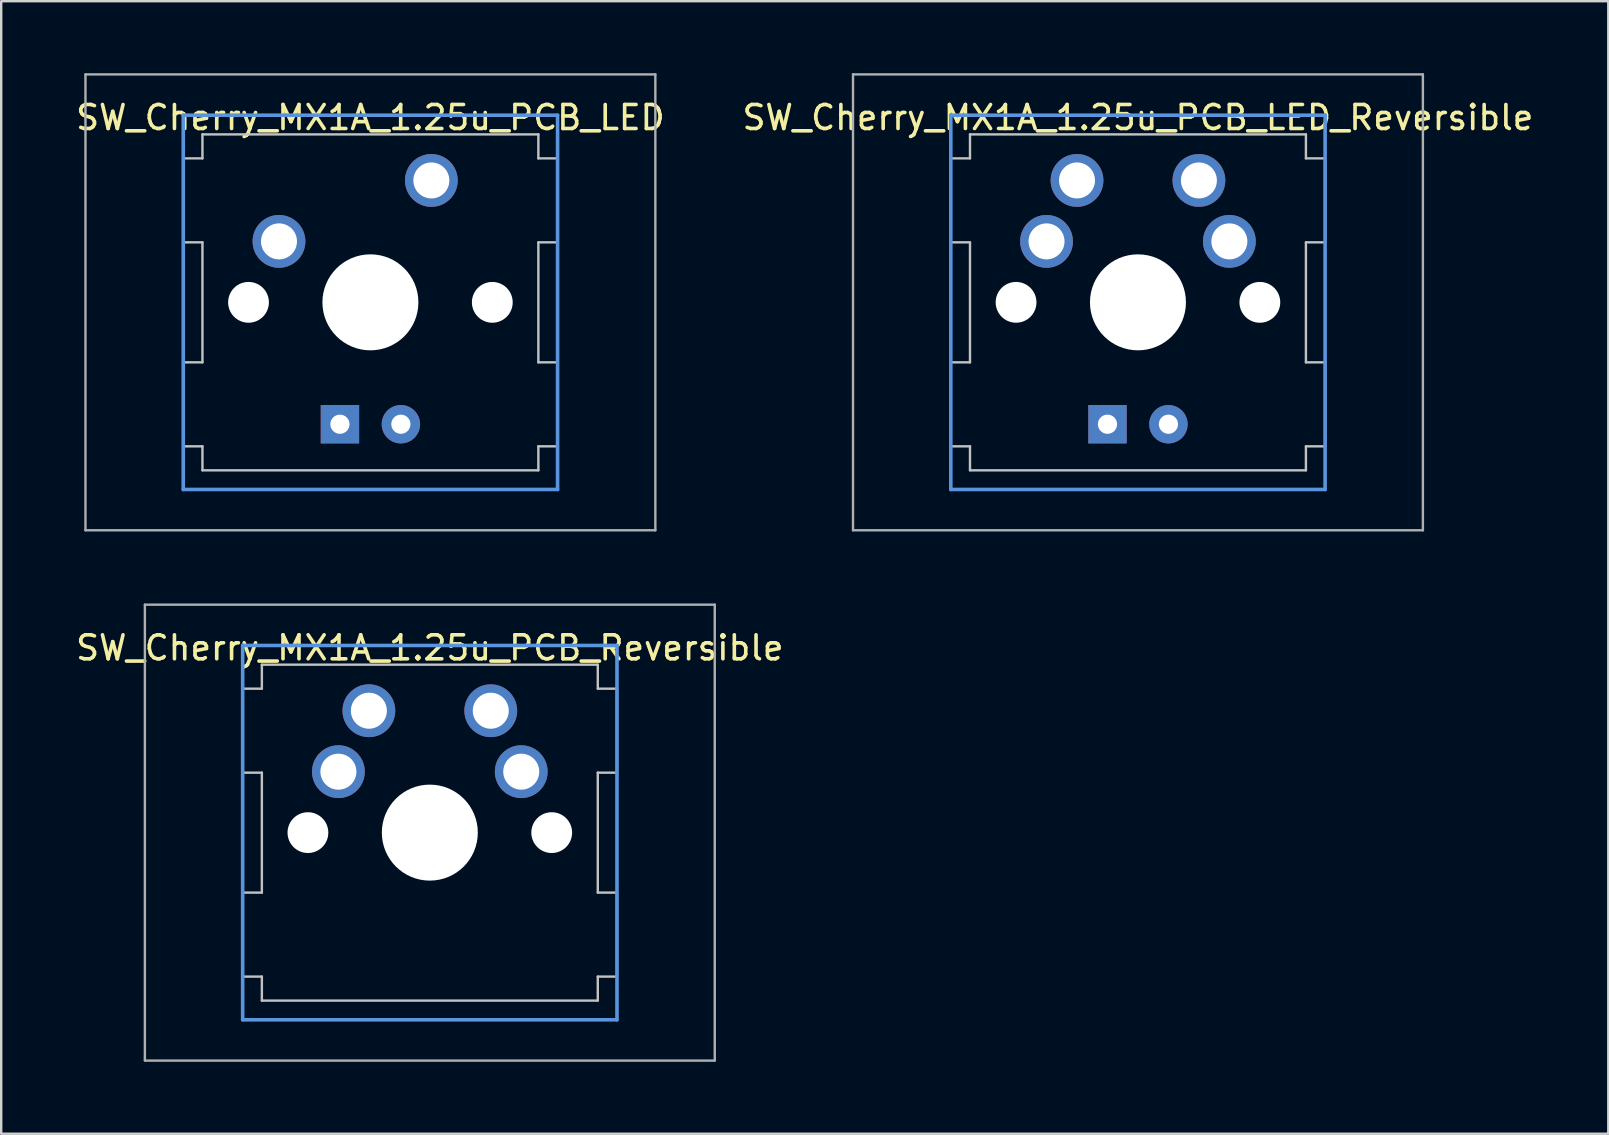
<source format=kicad_pcb>
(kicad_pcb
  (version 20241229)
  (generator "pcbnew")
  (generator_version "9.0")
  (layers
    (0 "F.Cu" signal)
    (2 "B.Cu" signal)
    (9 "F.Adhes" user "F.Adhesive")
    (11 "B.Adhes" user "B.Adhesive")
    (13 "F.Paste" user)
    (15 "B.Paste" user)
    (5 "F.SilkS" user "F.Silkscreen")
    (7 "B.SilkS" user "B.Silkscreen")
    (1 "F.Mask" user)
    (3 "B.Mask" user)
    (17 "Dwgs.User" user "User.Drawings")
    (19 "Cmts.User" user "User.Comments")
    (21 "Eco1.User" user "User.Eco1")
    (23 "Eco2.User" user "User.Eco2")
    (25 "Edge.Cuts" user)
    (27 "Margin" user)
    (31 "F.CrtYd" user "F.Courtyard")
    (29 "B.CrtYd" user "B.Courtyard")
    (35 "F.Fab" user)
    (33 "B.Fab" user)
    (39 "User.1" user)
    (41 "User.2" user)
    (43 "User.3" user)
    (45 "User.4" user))
  (footprint "SW_Cherry_MX1A_1.25u_PCB_LED_Reversible"
    (layer "F.Cu")
    (at 44.375 9.55)
    (property "Reference" "SW_Cherry_MX1A_1.25u_PCB_LED_Reversible" (at 0 -7.7 0) (layer "F.SilkS") (effects (font (size 1 1) (thickness 0.15))))
    (attr through_hole)
    (fp_line (start -7.8 -6) (end -7 -6) (stroke (width 0.1) (type solid)) (layer "Dwgs.User"))
    (fp_line (start -7.8 -2.5) (end -7.8 -6) (stroke (width 0.1) (type solid)) (layer "Dwgs.User"))
    (fp_line (start -7.8 -2.5) (end -7 -2.5) (stroke (width 0.1) (type solid)) (layer "Dwgs.User"))
    (fp_line (start -7.8 2.5) (end -7 2.5) (stroke (width 0.1) (type solid)) (layer "Dwgs.User"))
    (fp_line (start -7.8 6) (end -7.8 2.5) (stroke (width 0.1) (type solid)) (layer "Dwgs.User"))
    (fp_line (start -7.8 6) (end -7 6) (stroke (width 0.1) (type solid)) (layer "Dwgs.User"))
    (fp_line (start -7 -7) (end 7 -7) (stroke (width 0.1) (type solid)) (layer "Dwgs.User"))
    (fp_line (start -7 -6) (end -7 -7) (stroke (width 0.1) (type solid)) (layer "Dwgs.User"))
    (fp_line (start -7 -2.5) (end -7 2.5) (stroke (width 0.1) (type solid)) (layer "Dwgs.User"))
    (fp_line (start -7 7) (end -7 6) (stroke (width 0.1) (type solid)) (layer "Dwgs.User"))
    (fp_line (start -7 7) (end 7 7) (stroke (width 0.1) (type solid)) (layer "Dwgs.User"))
    (fp_line (start 7 -6) (end 7 -7) (stroke (width 0.1) (type solid)) (layer "Dwgs.User"))
    (fp_line (start 7 -6) (end 7.8 -6) (stroke (width 0.1) (type solid)) (layer "Dwgs.User"))
    (fp_line (start 7 -2.5) (end 7 2.5) (stroke (width 0.1) (type solid)) (layer "Dwgs.User"))
    (fp_line (start 7 -2.5) (end 7.8 -2.5) (stroke (width 0.1) (type solid)) (layer "Dwgs.User"))
    (fp_line (start 7 2.5) (end 7.8 2.5) (stroke (width 0.1) (type solid)) (layer "Dwgs.User"))
    (fp_line (start 7 6) (end 7.8 6) (stroke (width 0.1) (type solid)) (layer "Dwgs.User"))
    (fp_line (start 7 7) (end 7 6) (stroke (width 0.1) (type solid)) (layer "Dwgs.User"))
    (fp_line (start 7.8 -2.5) (end 7.8 -6) (stroke (width 0.1) (type solid)) (layer "Dwgs.User"))
    (fp_line (start 7.8 6) (end 7.8 2.5) (stroke (width 0.1) (type solid)) (layer "Dwgs.User"))
    (fp_line (start -7.8 -7.8) (end 7.8 -7.8) (stroke (width 0.15) (type solid)) (layer "Cmts.User"))
    (fp_line (start -7.8 7.8) (end -7.8 -7.8) (stroke (width 0.15) (type solid)) (layer "Cmts.User"))
    (fp_line (start 7.8 -7.8) (end 7.8 7.8) (stroke (width 0.15) (type solid)) (layer "Cmts.User"))
    (fp_line (start 7.8 7.8) (end -7.8 7.8) (stroke (width 0.15) (type solid)) (layer "Cmts.User"))
    (fp_line (start -11.875 -9.5) (end 11.875 -9.5) (stroke (width 0.1) (type solid)) (layer "F.Fab"))
    (fp_line (start -11.875 9.5) (end -11.875 -9.5) (stroke (width 0.1) (type solid)) (layer "F.Fab"))
    (fp_line (start 11.875 -9.5) (end 11.875 9.5) (stroke (width 0.1) (type solid)) (layer "F.Fab"))
    (fp_line (start 11.875 9.5) (end -11.875 9.5) (stroke (width 0.1) (type solid)) (layer "F.Fab"))
    (pad "" np_thru_hole circle (at -5.08 0) (size 1.7 1.7) (drill 1.7) (layers "*.Cu" "*.Mask"))
    (pad "" np_thru_hole circle (at 0 0) (size 4 4) (drill 4) (layers "*.Cu" "*.Mask"))
    (pad "" np_thru_hole circle (at 5.08 0) (size 1.7 1.7) (drill 1.7) (layers "*.Cu" "*.Mask"))
    (pad "1" thru_hole circle (at -3.81 -2.54) (size 2.2 2.2) (drill 1.5) (layers "*.Cu" "*.Mask"))
    (pad "1" thru_hole circle (at -2.54 -5.08) (size 2.2 2.2) (drill 1.5) (layers "*.Cu" "*.Mask"))
    (pad "2" thru_hole circle (at 2.54 -5.08) (size 2.2 2.2) (drill 1.5) (layers "*.Cu" "*.Mask"))
    (pad "2" thru_hole circle (at 3.81 -2.54) (size 2.2 2.2) (drill 1.5) (layers "*.Cu" "*.Mask"))
    (pad "3" thru_hole rect (at -1.27 5.08) (size 1.6 1.6) (drill 0.8) (layers "*.Cu" "*.Mask"))
    (pad "4" thru_hole circle (at 1.27 5.08) (size 1.6 1.6) (drill 0.8) (layers "*.Cu" "*.Mask")))
  (footprint "SW_Cherry_MX1A_1.25u_PCB_LED"
    (layer "F.Cu")
    (at 12.387 9.55)
    (property "Reference" "SW_Cherry_MX1A_1.25u_PCB_LED" (at 0 -7.7 0) (layer "F.SilkS") (effects (font (size 1 1) (thickness 0.15))))
    (attr through_hole)
    (fp_line (start -7.8 -6) (end -7 -6) (stroke (width 0.1) (type solid)) (layer "Dwgs.User"))
    (fp_line (start -7.8 -2.5) (end -7.8 -6) (stroke (width 0.1) (type solid)) (layer "Dwgs.User"))
    (fp_line (start -7.8 -2.5) (end -7 -2.5) (stroke (width 0.1) (type solid)) (layer "Dwgs.User"))
    (fp_line (start -7.8 2.5) (end -7 2.5) (stroke (width 0.1) (type solid)) (layer "Dwgs.User"))
    (fp_line (start -7.8 6) (end -7.8 2.5) (stroke (width 0.1) (type solid)) (layer "Dwgs.User"))
    (fp_line (start -7.8 6) (end -7 6) (stroke (width 0.1) (type solid)) (layer "Dwgs.User"))
    (fp_line (start -7 -7) (end 7 -7) (stroke (width 0.1) (type solid)) (layer "Dwgs.User"))
    (fp_line (start -7 -6) (end -7 -7) (stroke (width 0.1) (type solid)) (layer "Dwgs.User"))
    (fp_line (start -7 -2.5) (end -7 2.5) (stroke (width 0.1) (type solid)) (layer "Dwgs.User"))
    (fp_line (start -7 7) (end -7 6) (stroke (width 0.1) (type solid)) (layer "Dwgs.User"))
    (fp_line (start -7 7) (end 7 7) (stroke (width 0.1) (type solid)) (layer "Dwgs.User"))
    (fp_line (start 7 -6) (end 7 -7) (stroke (width 0.1) (type solid)) (layer "Dwgs.User"))
    (fp_line (start 7 -6) (end 7.8 -6) (stroke (width 0.1) (type solid)) (layer "Dwgs.User"))
    (fp_line (start 7 -2.5) (end 7 2.5) (stroke (width 0.1) (type solid)) (layer "Dwgs.User"))
    (fp_line (start 7 -2.5) (end 7.8 -2.5) (stroke (width 0.1) (type solid)) (layer "Dwgs.User"))
    (fp_line (start 7 2.5) (end 7.8 2.5) (stroke (width 0.1) (type solid)) (layer "Dwgs.User"))
    (fp_line (start 7 6) (end 7.8 6) (stroke (width 0.1) (type solid)) (layer "Dwgs.User"))
    (fp_line (start 7 7) (end 7 6) (stroke (width 0.1) (type solid)) (layer "Dwgs.User"))
    (fp_line (start 7.8 -2.5) (end 7.8 -6) (stroke (width 0.1) (type solid)) (layer "Dwgs.User"))
    (fp_line (start 7.8 6) (end 7.8 2.5) (stroke (width 0.1) (type solid)) (layer "Dwgs.User"))
    (fp_line (start -7.8 -7.8) (end 7.8 -7.8) (stroke (width 0.15) (type solid)) (layer "Cmts.User"))
    (fp_line (start -7.8 7.8) (end -7.8 -7.8) (stroke (width 0.15) (type solid)) (layer "Cmts.User"))
    (fp_line (start 7.8 -7.8) (end 7.8 7.8) (stroke (width 0.15) (type solid)) (layer "Cmts.User"))
    (fp_line (start 7.8 7.8) (end -7.8 7.8) (stroke (width 0.15) (type solid)) (layer "Cmts.User"))
    (fp_line (start -11.875 -9.5) (end 11.875 -9.5) (stroke (width 0.1) (type solid)) (layer "F.Fab"))
    (fp_line (start -11.875 9.5) (end -11.875 -9.5) (stroke (width 0.1) (type solid)) (layer "F.Fab"))
    (fp_line (start 11.875 -9.5) (end 11.875 9.5) (stroke (width 0.1) (type solid)) (layer "F.Fab"))
    (fp_line (start 11.875 9.5) (end -11.875 9.5) (stroke (width 0.1) (type solid)) (layer "F.Fab"))
    (pad "" np_thru_hole circle (at -5.08 0) (size 1.7 1.7) (drill 1.7) (layers "*.Cu" "*.Mask"))
    (pad "" np_thru_hole circle (at 0 0) (size 4 4) (drill 4) (layers "*.Cu" "*.Mask"))
    (pad "" np_thru_hole circle (at 5.08 0) (size 1.7 1.7) (drill 1.7) (layers "*.Cu" "*.Mask"))
    (pad "1" thru_hole circle (at -3.81 -2.54) (size 2.2 2.2) (drill 1.5) (layers "*.Cu" "*.Mask"))
    (pad "2" thru_hole circle (at 2.54 -5.08) (size 2.2 2.2) (drill 1.5) (layers "*.Cu" "*.Mask"))
    (pad "3" thru_hole rect (at -1.27 5.08) (size 1.6 1.6) (drill 0.8) (layers "*.Cu" "*.Mask"))
    (pad "4" thru_hole circle (at 1.27 5.08) (size 1.6 1.6) (drill 0.8) (layers "*.Cu" "*.Mask")))
  (footprint "SW_Cherry_MX1A_1.25u_PCB_Reversible"
    (layer "F.Cu")
    (at 14.863 31.65)
    (property "Reference" "SW_Cherry_MX1A_1.25u_PCB_Reversible" (at 0 -7.7 0) (layer "F.SilkS") (effects (font (size 1 1) (thickness 0.15))))
    (attr through_hole)
    (fp_line (start -7.8 -6) (end -7 -6) (stroke (width 0.1) (type solid)) (layer "Dwgs.User"))
    (fp_line (start -7.8 -2.5) (end -7.8 -6) (stroke (width 0.1) (type solid)) (layer "Dwgs.User"))
    (fp_line (start -7.8 -2.5) (end -7 -2.5) (stroke (width 0.1) (type solid)) (layer "Dwgs.User"))
    (fp_line (start -7.8 2.5) (end -7 2.5) (stroke (width 0.1) (type solid)) (layer "Dwgs.User"))
    (fp_line (start -7.8 6) (end -7.8 2.5) (stroke (width 0.1) (type solid)) (layer "Dwgs.User"))
    (fp_line (start -7.8 6) (end -7 6) (stroke (width 0.1) (type solid)) (layer "Dwgs.User"))
    (fp_line (start -7 -7) (end 7 -7) (stroke (width 0.1) (type solid)) (layer "Dwgs.User"))
    (fp_line (start -7 -6) (end -7 -7) (stroke (width 0.1) (type solid)) (layer "Dwgs.User"))
    (fp_line (start -7 -2.5) (end -7 2.5) (stroke (width 0.1) (type solid)) (layer "Dwgs.User"))
    (fp_line (start -7 7) (end -7 6) (stroke (width 0.1) (type solid)) (layer "Dwgs.User"))
    (fp_line (start -7 7) (end 7 7) (stroke (width 0.1) (type solid)) (layer "Dwgs.User"))
    (fp_line (start 7 -6) (end 7 -7) (stroke (width 0.1) (type solid)) (layer "Dwgs.User"))
    (fp_line (start 7 -6) (end 7.8 -6) (stroke (width 0.1) (type solid)) (layer "Dwgs.User"))
    (fp_line (start 7 -2.5) (end 7 2.5) (stroke (width 0.1) (type solid)) (layer "Dwgs.User"))
    (fp_line (start 7 -2.5) (end 7.8 -2.5) (stroke (width 0.1) (type solid)) (layer "Dwgs.User"))
    (fp_line (start 7 2.5) (end 7.8 2.5) (stroke (width 0.1) (type solid)) (layer "Dwgs.User"))
    (fp_line (start 7 6) (end 7.8 6) (stroke (width 0.1) (type solid)) (layer "Dwgs.User"))
    (fp_line (start 7 7) (end 7 6) (stroke (width 0.1) (type solid)) (layer "Dwgs.User"))
    (fp_line (start 7.8 -2.5) (end 7.8 -6) (stroke (width 0.1) (type solid)) (layer "Dwgs.User"))
    (fp_line (start 7.8 6) (end 7.8 2.5) (stroke (width 0.1) (type solid)) (layer "Dwgs.User"))
    (fp_line (start -7.8 -7.8) (end 7.8 -7.8) (stroke (width 0.15) (type solid)) (layer "Cmts.User"))
    (fp_line (start -7.8 7.8) (end -7.8 -7.8) (stroke (width 0.15) (type solid)) (layer "Cmts.User"))
    (fp_line (start 7.8 -7.8) (end 7.8 7.8) (stroke (width 0.15) (type solid)) (layer "Cmts.User"))
    (fp_line (start 7.8 7.8) (end -7.8 7.8) (stroke (width 0.15) (type solid)) (layer "Cmts.User"))
    (fp_line (start -11.875 -9.5) (end 11.875 -9.5) (stroke (width 0.1) (type solid)) (layer "F.Fab"))
    (fp_line (start -11.875 9.5) (end -11.875 -9.5) (stroke (width 0.1) (type solid)) (layer "F.Fab"))
    (fp_line (start 11.875 -9.5) (end 11.875 9.5) (stroke (width 0.1) (type solid)) (layer "F.Fab"))
    (fp_line (start 11.875 9.5) (end -11.875 9.5) (stroke (width 0.1) (type solid)) (layer "F.Fab"))
    (pad "" np_thru_hole circle (at -5.08 0) (size 1.7 1.7) (drill 1.7) (layers "*.Cu" "*.Mask"))
    (pad "" np_thru_hole circle (at 0 0) (size 4 4) (drill 4) (layers "*.Cu" "*.Mask"))
    (pad "" np_thru_hole circle (at 5.08 0) (size 1.7 1.7) (drill 1.7) (layers "*.Cu" "*.Mask"))
    (pad "1" thru_hole circle (at -3.81 -2.54) (size 2.2 2.2) (drill 1.5) (layers "*.Cu" "*.Mask"))
    (pad "1" thru_hole circle (at -2.54 -5.08) (size 2.2 2.2) (drill 1.5) (layers "*.Cu" "*.Mask"))
    (pad "2" thru_hole circle (at 2.54 -5.08) (size 2.2 2.2) (drill 1.5) (layers "*.Cu" "*.Mask"))
    (pad "2" thru_hole circle (at 3.81 -2.54) (size 2.2 2.2) (drill 1.5) (layers "*.Cu" "*.Mask")))
  (gr_rect
    (start -3 -3)
    (end 63.976 44.2)
    (stroke (width 0.1) (type default))
    (fill no)
    (layer "Edge.Cuts")))
</source>
